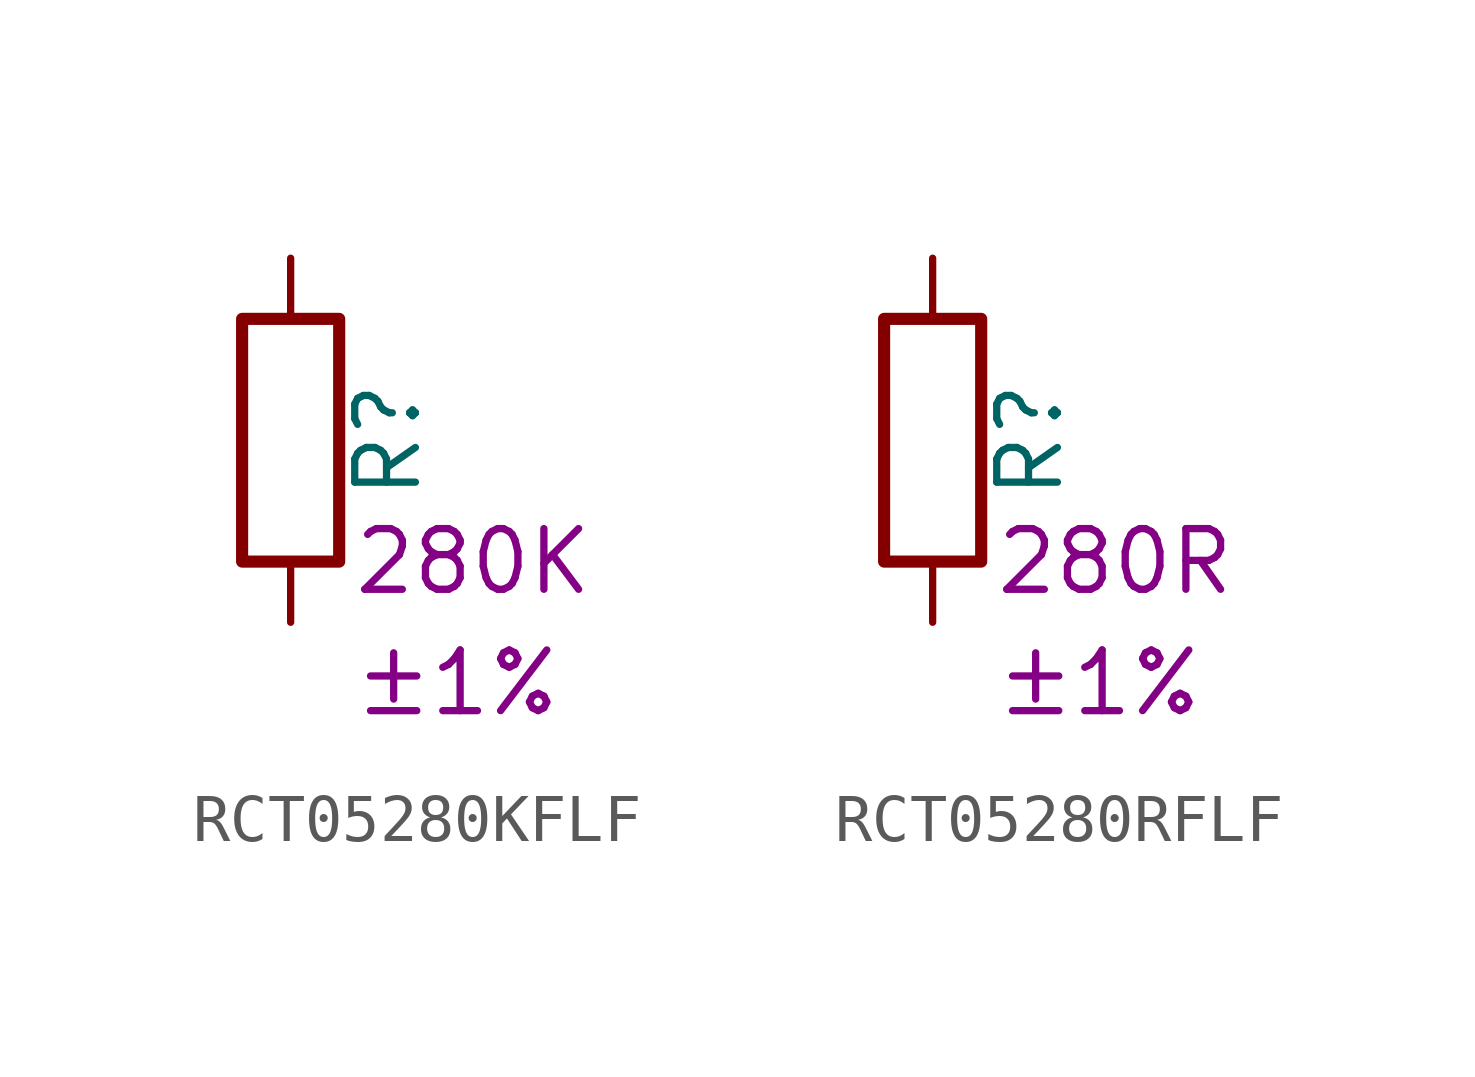
<source format=kicad_sym>
(kicad_symbol_lib
  (version 20220914)
  (generator kicad_symbol_editor)
  (symbol "RCT05280KFLF"
    (pin_numbers hide)
    (pin_names
      (offset 0))
    (property "Reference" "R"
      (at 2.032 0 90)
      (effects (font (size 1.27 1.27))))
    (property "Resistance" "280K"
      (at 1.27 -2.54 0)
      (effects (font (size 1.27 1.27)) (justify left)))
    (property "Tolerance" "±1%"
      (at 1.27 -5.08 0)
      (effects (font (size 1.27 1.27)) (justify left)))
    (symbol "RCT05280KFLF_0_1"
      (rectangle (start -1.016 -2.54) (end 1.016 2.54) (stroke (width 0.254) (type default)) (fill (type none))))
    (symbol "RCT05280KFLF_1_1"
      (pin passive line (at 0 3.81 270) (length 1.27) (name "~" (effects (font (size 1.27 1.27)))) (number "1" (effects (font (size 1.27 1.27)))))
      (pin passive line (at 0 -3.81 90) (length 1.27) (name "~" (effects (font (size 1.27 1.27)))) (number "2" (effects (font (size 1.27 1.27)))))))
  (symbol "RCT05280RFLF"
    (pin_numbers hide)
    (pin_names
      (offset 0))
    (property "Reference" "R"
      (at 2.032 0 90)
      (effects (font (size 1.27 1.27))))
    (property "Resistance" "280R"
      (at 1.27 -2.54 0)
      (effects (font (size 1.27 1.27)) (justify left)))
    (property "Tolerance" "±1%"
      (at 1.27 -5.08 0)
      (effects (font (size 1.27 1.27)) (justify left)))
    (symbol "RCT05280RFLF_0_1"
      (rectangle (start -1.016 -2.54) (end 1.016 2.54) (stroke (width 0.254) (type default)) (fill (type none))))
    (symbol "RCT05280RFLF_1_1"
      (pin passive line (at 0 3.81 270) (length 1.27) (name "~" (effects (font (size 1.27 1.27)))) (number "1" (effects (font (size 1.27 1.27)))))
      (pin passive line (at 0 -3.81 90) (length 1.27) (name "~" (effects (font (size 1.27 1.27)))) (number "2" (effects (font (size 1.27 1.27))))))))
</source>
